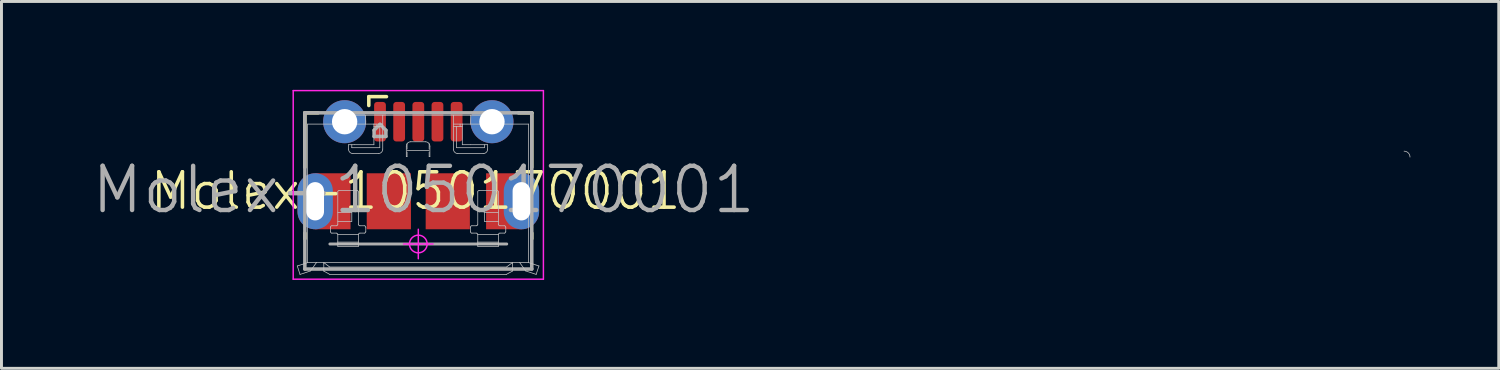
<source format=kicad_pcb>
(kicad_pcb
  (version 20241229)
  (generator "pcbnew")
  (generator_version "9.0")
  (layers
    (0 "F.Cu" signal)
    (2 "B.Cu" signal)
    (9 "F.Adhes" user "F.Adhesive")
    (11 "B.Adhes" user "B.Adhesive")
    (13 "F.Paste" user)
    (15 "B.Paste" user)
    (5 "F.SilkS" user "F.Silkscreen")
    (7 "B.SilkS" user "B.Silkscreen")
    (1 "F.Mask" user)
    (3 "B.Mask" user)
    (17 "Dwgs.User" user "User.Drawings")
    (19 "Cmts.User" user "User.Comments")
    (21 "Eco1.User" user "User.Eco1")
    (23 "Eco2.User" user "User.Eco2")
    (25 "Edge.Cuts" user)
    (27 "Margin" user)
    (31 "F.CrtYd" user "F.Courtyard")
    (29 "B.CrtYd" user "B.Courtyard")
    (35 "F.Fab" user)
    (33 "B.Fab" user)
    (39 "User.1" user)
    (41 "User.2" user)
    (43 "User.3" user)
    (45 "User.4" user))
  (footprint "Molex-1050170001"
    (layer "F.Cu")
    (at 11.145 5.23)
    (property "Reference" "Molex-1050170001" (at -0.09 -1.8 0) (layer "F.SilkS") (effects (font (size 1.2 1.2) (thickness 0.12))))
    (attr smd)
    (fp_line (start -3.85 -4.45) (end -3.4 -4.45) (stroke (width 0.12) (type solid)) (layer "F.SilkS"))
    (fp_line (start -3.85 -2.6) (end -3.85 -4.45) (stroke (width 0.12) (type solid)) (layer "F.SilkS"))
    (fp_line (start -3.85 -0.18) (end -3.85 -0.37) (stroke (width 0.12) (type solid)) (layer "F.SilkS"))
    (fp_line (start -1.68 -5) (end -1.68 -4.7) (stroke (width 0.12) (type solid)) (layer "F.SilkS"))
    (fp_line (start -1.68 -5) (end -1.08 -5) (stroke (width 0.12) (type solid)) (layer "F.SilkS"))
    (fp_line (start 3.85 -4.45) (end 3.4 -4.45) (stroke (width 0.12) (type solid)) (layer "F.SilkS"))
    (fp_line (start 3.85 -2.6) (end 3.85 -4.45) (stroke (width 0.12) (type solid)) (layer "F.SilkS"))
    (fp_line (start 3.85 -0.18) (end 3.85 -0.37) (stroke (width 0.12) (type solid)) (layer "F.SilkS"))
    (fp_line (start -4.107 0.746) (end -4.014 1.031) (stroke (width 0.025) (type solid)) (layer "Dwgs.User"))
    (fp_line (start -4.107 0.746) (end -3.757 0.631) (stroke (width 0.025) (type solid)) (layer "Dwgs.User"))
    (fp_line (start -3.757 -4.069) (end -3.757 0.631) (stroke (width 0.025) (type solid)) (layer "Dwgs.User"))
    (fp_line (start -3.757 -4.069) (end -1.792 -4.069) (stroke (width 0.025) (type solid)) (layer "Dwgs.User"))
    (fp_line (start -3.757 0.631) (end 3.743 0.631) (stroke (width 0.025) (type solid)) (layer "Dwgs.User"))
    (fp_line (start -3.66 0.915) (end -4.014 1.031) (stroke (width 0.025) (type solid)) (layer "Dwgs.User"))
    (fp_line (start -3.66 0.915) (end -3.457 0.631) (stroke (width 0.025) (type solid)) (layer "Dwgs.User"))
    (fp_line (start -3.457 0.631) (end -3.457 0.635) (stroke (width 0.025) (type solid)) (layer "Dwgs.User"))
    (fp_line (start -3.207 0.631) (end -3.207 0.671) (stroke (width 0.025) (type solid)) (layer "Dwgs.User"))
    (fp_line (start -3.207 0.92) (end -3.207 0.671) (stroke (width 0.025) (type solid)) (layer "Dwgs.User"))
    (fp_line (start -3.007 0.782) (end -3.207 0.631) (stroke (width 0.025) (type solid)) (layer "Dwgs.User"))
    (fp_line (start -3.007 0.782) (end 2.993 0.782) (stroke (width 0.025) (type solid)) (layer "Dwgs.User"))
    (fp_line (start -3.007 1.031) (end -3.207 0.92) (stroke (width 0.025) (type solid)) (layer "Dwgs.User"))
    (fp_line (start -3.007 1.031) (end 2.993 1.031) (stroke (width 0.025) (type solid)) (layer "Dwgs.User"))
    (fp_line (start -2.982 -0.569) (end -2.982 -0.419) (stroke (width 0.025) (type solid)) (layer "Dwgs.User"))
    (fp_line (start -2.932 -0.369) (end -2.782 -0.369) (stroke (width 0.025) (type solid)) (layer "Dwgs.User"))
    (fp_line (start -2.807 -4.369) (end -1.792 -4.369) (stroke (width 0.025) (type solid)) (layer "Dwgs.User"))
    (fp_line (start -2.807 -4.069) (end -2.807 -4.369) (stroke (width 0.025) (type solid)) (layer "Dwgs.User"))
    (fp_line (start -2.782 -0.619) (end -2.932 -0.619) (stroke (width 0.025) (type solid)) (layer "Dwgs.User"))
    (fp_line (start -2.732 -1.769) (end -2.732 -0.669) (stroke (width 0.025) (type solid)) (layer "Dwgs.User"))
    (fp_line (start -2.732 -0.319) (end -2.732 -0.065) (stroke (width 0.025) (type solid)) (layer "Dwgs.User"))
    (fp_line (start -2.732 -0.065) (end -2.732 -0.001) (stroke (width 0.025) (type solid)) (layer "Dwgs.User"))
    (fp_line (start -2.732 -0.001) (end -2.732 0.081) (stroke (width 0.025) (type solid)) (layer "Dwgs.User"))
    (fp_line (start -2.73 -0.769) (end -2.257 -0.769) (stroke (width 0.025) (type solid)) (layer "Dwgs.User"))
    (fp_line (start -2.367 -3.369) (end -2.367 -3.219) (stroke (width 0.025) (type solid)) (layer "Dwgs.User"))
    (fp_line (start -2.367 -3.369) (end -2.166 -3.369) (stroke (width 0.025) (type solid)) (layer "Dwgs.User"))
    (fp_line (start -2.257 -3.369) (end -2.257 -3.269) (stroke (width 0.025) (type solid)) (layer "Dwgs.User"))
    (fp_line (start -2.257 -1.069) (end -2.732 -1.069) (stroke (width 0.025) (type solid)) (layer "Dwgs.User"))
    (fp_line (start -2.257 -0.769) (end -2.257 -1.069) (stroke (width 0.025) (type solid)) (layer "Dwgs.User"))
    (fp_line (start -2.217 -3.069) (end -1.357 -3.069) (stroke (width 0.025) (type solid)) (layer "Dwgs.User"))
    (fp_line (start -2.082 -1.819) (end -2.682 -1.819) (stroke (width 0.025) (type solid)) (layer "Dwgs.User"))
    (fp_line (start -2.032 -0.669) (end -2.032 -1.769) (stroke (width 0.025) (type solid)) (layer "Dwgs.User"))
    (fp_line (start -2.032 -0.319) (end -2.732 -0.319) (stroke (width 0.025) (type solid)) (layer "Dwgs.User"))
    (fp_line (start -2.032 -0.319) (end -2.032 -0.065) (stroke (width 0.025) (type solid)) (layer "Dwgs.User"))
    (fp_line (start -2.032 -0.065) (end -2.732 -0.065) (stroke (width 0.025) (type solid)) (layer "Dwgs.User"))
    (fp_line (start -2.032 -0.065) (end -2.032 -0.001) (stroke (width 0.025) (type solid)) (layer "Dwgs.User"))
    (fp_line (start -2.032 -0.001) (end -2.732 -0.001) (stroke (width 0.025) (type solid)) (layer "Dwgs.User"))
    (fp_line (start -2.032 -0.001) (end -2.032 0.081) (stroke (width 0.025) (type solid)) (layer "Dwgs.User"))
    (fp_line (start -2.032 0.081) (end -2.732 0.081) (stroke (width 0.025) (type solid)) (layer "Dwgs.User"))
    (fp_line (start -1.982 -0.369) (end -1.832 -0.369) (stroke (width 0.025) (type solid)) (layer "Dwgs.User"))
    (fp_line (start -1.832 -0.619) (end -1.982 -0.619) (stroke (width 0.025) (type solid)) (layer "Dwgs.User"))
    (fp_line (start -1.792 -4.369) (end -1.207 -4.369) (stroke (width 0.025) (type solid)) (layer "Dwgs.User"))
    (fp_line (start -1.792 -4.069) (end -1.792 -4.369) (stroke (width 0.025) (type solid)) (layer "Dwgs.User"))
    (fp_line (start -1.783 -4.069) (end -1.507 -4.069) (stroke (width 0.025) (type solid)) (layer "Dwgs.User"))
    (fp_line (start -1.782 -0.419) (end -1.782 -0.569) (stroke (width 0.025) (type solid)) (layer "Dwgs.User"))
    (fp_line (start -1.507 -4.069) (end -1.207 -4.069) (stroke (width 0.025) (type solid)) (layer "Dwgs.User"))
    (fp_line (start -1.507 -3.989) (end -1.307 -3.989) (stroke (width 0.025) (type solid)) (layer "Dwgs.User"))
    (fp_line (start -1.507 -3.369) (end -2.166 -3.369) (stroke (width 0.025) (type solid)) (layer "Dwgs.User"))
    (fp_line (start -1.507 -3.369) (end -1.507 -4.069) (stroke (width 0.025) (type solid)) (layer "Dwgs.User"))
    (fp_line (start -1.432 -4.069) (end -1.432 -3.989) (stroke (width 0.025) (type solid)) (layer "Dwgs.User"))
    (fp_line (start -1.307 -3.989) (end -1.307 -3.269) (stroke (width 0.025) (type solid)) (layer "Dwgs.User"))
    (fp_line (start -1.307 -3.269) (end -2.257 -3.269) (stroke (width 0.025) (type solid)) (layer "Dwgs.User"))
    (fp_line (start -1.207 -4.369) (end -1.207 -3.219) (stroke (width 0.025) (type solid)) (layer "Dwgs.User"))
    (fp_line (start -1.207 -4.369) (end 1.193 -4.369) (stroke (width 0.025) (type solid)) (layer "Dwgs.User"))
    (fp_line (start -1.207 -3.989) (end -1.307 -3.989) (stroke (width 0.025) (type solid)) (layer "Dwgs.User"))
    (fp_line (start -0.407 -3.319) (end -0.407 -2.969) (stroke (width 0.025) (type solid)) (layer "Dwgs.User"))
    (fp_line (start -0.407 -2.969) (end -0.382 -2.969) (stroke (width 0.025) (type solid)) (layer "Dwgs.User"))
    (fp_line (start -0.382 -3.402) (end -0.382 -3.219) (stroke (width 0.025) (type solid)) (layer "Dwgs.User"))
    (fp_line (start -0.382 -3.169) (end 0.368 -3.169) (stroke (width 0.025) (type solid)) (layer "Dwgs.User"))
    (fp_line (start -0.382 -3.119) (end -0.382 -2.969) (stroke (width 0.025) (type solid)) (layer "Dwgs.User"))
    (fp_line (start 0.243 -3.469) (end -0.257 -3.469) (stroke (width 0.025) (type solid)) (layer "Dwgs.User"))
    (fp_line (start 0.368 -3.402) (end 0.368 -3.219) (stroke (width 0.025) (type solid)) (layer "Dwgs.User"))
    (fp_line (start 0.368 -3.119) (end 0.368 -2.969) (stroke (width 0.025) (type solid)) (layer "Dwgs.User"))
    (fp_line (start 0.368 -2.969) (end 0.393 -2.969) (stroke (width 0.025) (type solid)) (layer "Dwgs.User"))
    (fp_line (start 0.393 -2.969) (end 0.393 -3.319) (stroke (width 0.025) (type solid)) (layer "Dwgs.User"))
    (fp_line (start 1.193 -4.369) (end 1.778 -4.369) (stroke (width 0.025) (type solid)) (layer "Dwgs.User"))
    (fp_line (start 1.193 -4.069) (end 1.493 -4.069) (stroke (width 0.025) (type solid)) (layer "Dwgs.User"))
    (fp_line (start 1.193 -3.219) (end 1.193 -4.369) (stroke (width 0.025) (type solid)) (layer "Dwgs.User"))
    (fp_line (start 1.293 -3.989) (end 1.193 -3.989) (stroke (width 0.025) (type solid)) (layer "Dwgs.User"))
    (fp_line (start 1.293 -3.989) (end 1.293 -3.269) (stroke (width 0.025) (type solid)) (layer "Dwgs.User"))
    (fp_line (start 1.343 -3.069) (end 2.203 -3.069) (stroke (width 0.025) (type solid)) (layer "Dwgs.User"))
    (fp_line (start 1.418 -4.069) (end 1.418 -3.989) (stroke (width 0.025) (type solid)) (layer "Dwgs.User"))
    (fp_line (start 1.493 -4.069) (end 1.768 -4.069) (stroke (width 0.025) (type solid)) (layer "Dwgs.User"))
    (fp_line (start 1.493 -3.989) (end 1.293 -3.989) (stroke (width 0.025) (type solid)) (layer "Dwgs.User"))
    (fp_line (start 1.493 -3.369) (end 1.493 -4.069) (stroke (width 0.025) (type solid)) (layer "Dwgs.User"))
    (fp_line (start 1.768 -0.569) (end 1.768 -0.419) (stroke (width 0.025) (type solid)) (layer "Dwgs.User"))
    (fp_line (start 1.768 -3.369) (end 1.493 -3.369) (stroke (width 0.025) (type solid)) (layer "Dwgs.User"))
    (fp_line (start 1.77 -3.369) (end 2.353 -3.369) (stroke (width 0.025) (type solid)) (layer "Dwgs.User"))
    (fp_line (start 1.778 -4.369) (end 2.793 -4.369) (stroke (width 0.025) (type solid)) (layer "Dwgs.User"))
    (fp_line (start 1.778 -4.069) (end 1.778 -4.369) (stroke (width 0.025) (type solid)) (layer "Dwgs.User"))
    (fp_line (start 1.778 -4.069) (end 3.743 -4.069) (stroke (width 0.025) (type solid)) (layer "Dwgs.User"))
    (fp_line (start 1.818 -0.369) (end 1.968 -0.369) (stroke (width 0.025) (type solid)) (layer "Dwgs.User"))
    (fp_line (start 1.968 -0.619) (end 1.818 -0.619) (stroke (width 0.025) (type solid)) (layer "Dwgs.User"))
    (fp_line (start 2.018 -1.769) (end 2.018 -0.669) (stroke (width 0.025) (type solid)) (layer "Dwgs.User"))
    (fp_line (start 2.018 -0.319) (end 2.018 -0.065) (stroke (width 0.025) (type solid)) (layer "Dwgs.User"))
    (fp_line (start 2.018 -0.319) (end 2.718 -0.319) (stroke (width 0.025) (type solid)) (layer "Dwgs.User"))
    (fp_line (start 2.018 -0.065) (end 2.018 -0.001) (stroke (width 0.025) (type solid)) (layer "Dwgs.User"))
    (fp_line (start 2.018 -0.065) (end 2.718 -0.065) (stroke (width 0.025) (type solid)) (layer "Dwgs.User"))
    (fp_line (start 2.018 -0.001) (end 2.018 0.081) (stroke (width 0.025) (type solid)) (layer "Dwgs.User"))
    (fp_line (start 2.018 -0.001) (end 2.718 -0.001) (stroke (width 0.025) (type solid)) (layer "Dwgs.User"))
    (fp_line (start 2.018 0.081) (end 2.718 0.081) (stroke (width 0.025) (type solid)) (layer "Dwgs.User"))
    (fp_line (start 2.243 -3.369) (end 2.243 -3.269) (stroke (width 0.025) (type solid)) (layer "Dwgs.User"))
    (fp_line (start 2.243 -3.269) (end 1.293 -3.269) (stroke (width 0.025) (type solid)) (layer "Dwgs.User"))
    (fp_line (start 2.243 -0.769) (end 2.243 -1.069) (stroke (width 0.025) (type solid)) (layer "Dwgs.User"))
    (fp_line (start 2.353 -3.369) (end 2.353 -3.219) (stroke (width 0.025) (type solid)) (layer "Dwgs.User"))
    (fp_line (start 2.668 -1.819) (end 2.068 -1.819) (stroke (width 0.025) (type solid)) (layer "Dwgs.User"))
    (fp_line (start 2.718 -1.069) (end 2.243 -1.069) (stroke (width 0.025) (type solid)) (layer "Dwgs.User"))
    (fp_line (start 2.718 -0.669) (end 2.718 -1.769) (stroke (width 0.025) (type solid)) (layer "Dwgs.User"))
    (fp_line (start 2.718 -0.319) (end 2.718 -0.065) (stroke (width 0.025) (type solid)) (layer "Dwgs.User"))
    (fp_line (start 2.718 -0.065) (end 2.718 -0.001) (stroke (width 0.025) (type solid)) (layer "Dwgs.User"))
    (fp_line (start 2.718 -0.001) (end 2.718 0.081) (stroke (width 0.025) (type solid)) (layer "Dwgs.User"))
    (fp_line (start 2.72 -0.769) (end 2.243 -0.769) (stroke (width 0.025) (type solid)) (layer "Dwgs.User"))
    (fp_line (start 2.768 -0.369) (end 2.918 -0.369) (stroke (width 0.025) (type solid)) (layer "Dwgs.User"))
    (fp_line (start 2.793 -4.069) (end 2.793 -4.369) (stroke (width 0.025) (type solid)) (layer "Dwgs.User"))
    (fp_line (start 2.918 -0.619) (end 2.768 -0.619) (stroke (width 0.025) (type solid)) (layer "Dwgs.User"))
    (fp_line (start 2.968 -0.419) (end 2.968 -0.569) (stroke (width 0.025) (type solid)) (layer "Dwgs.User"))
    (fp_line (start 2.993 0.782) (end 3.193 0.631) (stroke (width 0.025) (type solid)) (layer "Dwgs.User"))
    (fp_line (start 3.193 0.631) (end 3.193 0.671) (stroke (width 0.025) (type solid)) (layer "Dwgs.User"))
    (fp_line (start 3.193 0.671) (end 3.193 0.92) (stroke (width 0.025) (type solid)) (layer "Dwgs.User"))
    (fp_line (start 3.193 0.92) (end 2.99 1.03) (stroke (width 0.025) (type solid)) (layer "Dwgs.User"))
    (fp_line (start 3.443 0.635) (end 3.443 0.631) (stroke (width 0.025) (type solid)) (layer "Dwgs.User"))
    (fp_line (start 3.646 0.915) (end 3.443 0.635) (stroke (width 0.025) (type solid)) (layer "Dwgs.User"))
    (fp_line (start 3.743 -4.069) (end 3.743 0.631) (stroke (width 0.025) (type solid)) (layer "Dwgs.User"))
    (fp_line (start 3.743 0.631) (end 4.093 0.746) (stroke (width 0.025) (type solid)) (layer "Dwgs.User"))
    (fp_line (start 3.999 1.031) (end 3.646 0.915) (stroke (width 0.025) (type solid)) (layer "Dwgs.User"))
    (fp_line (start 3.999 1.031) (end 4.093 0.746) (stroke (width 0.025) (type solid)) (layer "Dwgs.User"))
    (fp_arc (start -2.982271 -0.5689) (mid -2.967626 -0.604255) (end -2.932271 -0.6189) (stroke (width 0.025) (type solid)) (layer "Dwgs.User"))
    (fp_arc (start -2.932271 -0.368899) (mid -2.967626 -0.383544) (end -2.982271 -0.418899) (stroke (width 0.025) (type solid)) (layer "Dwgs.User"))
    (fp_arc (start -2.782271 -0.3689) (mid -2.746916 -0.354255) (end -2.732271 -0.3189) (stroke (width 0.025) (type solid)) (layer "Dwgs.User"))
    (fp_arc (start -2.732271 -1.7689) (mid -2.717626 -1.804255) (end -2.682271 -1.8189) (stroke (width 0.025) (type solid)) (layer "Dwgs.User"))
    (fp_arc (start -2.73227 -0.6689) (mid -2.746915 -0.633544) (end -2.782271 -0.618899) (stroke (width 0.025) (type solid)) (layer "Dwgs.User"))
    (fp_arc (start -2.217271 -3.068899) (mid -2.323338 -3.112833) (end -2.367272 -3.2189) (stroke (width 0.025) (type solid)) (layer "Dwgs.User"))
    (fp_arc (start -2.082271 -1.8189) (mid -2.046916 -1.804255) (end -2.032271 -1.7689) (stroke (width 0.025) (type solid)) (layer "Dwgs.User"))
    (fp_arc (start -2.032271 -0.3189) (mid -2.017626 -0.354255) (end -1.982271 -0.3689) (stroke (width 0.025) (type solid)) (layer "Dwgs.User"))
    (fp_arc (start -1.982271 -0.6189) (mid -2.017626 -0.633545) (end -2.032271 -0.6689) (stroke (width 0.025) (type solid)) (layer "Dwgs.User"))
    (fp_arc (start -1.832271 -0.6189) (mid -1.796916 -0.604255) (end -1.782271 -0.5689) (stroke (width 0.025) (type solid)) (layer "Dwgs.User"))
    (fp_arc (start -1.782271 -0.418899) (mid -1.796916 -0.383544) (end -1.832271 -0.368899) (stroke (width 0.025) (type solid)) (layer "Dwgs.User"))
    (fp_arc (start -1.207271 -3.2189) (mid -1.251205 -3.112834) (end -1.357271 -3.0689) (stroke (width 0.025) (type solid)) (layer "Dwgs.User"))
    (fp_arc (start -0.407271 -3.3189) (mid -0.363337 -3.424966) (end -0.257271 -3.4689) (stroke (width 0.025) (type solid)) (layer "Dwgs.User"))
    (fp_arc (start 0.242729 -3.4689) (mid 0.348795 -3.424966) (end 0.392729 -3.3189) (stroke (width 0.025) (type solid)) (layer "Dwgs.User"))
    (fp_arc (start 1.342729 -3.0689) (mid 1.236663 -3.112834) (end 1.192729 -3.2189) (stroke (width 0.025) (type solid)) (layer "Dwgs.User"))
    (fp_arc (start 1.767729 -0.5689) (mid 1.782374 -0.604255) (end 1.817729 -0.6189) (stroke (width 0.025) (type solid)) (layer "Dwgs.User"))
    (fp_arc (start 1.817729 -0.368899) (mid 1.782374 -0.383544) (end 1.767729 -0.418899) (stroke (width 0.025) (type solid)) (layer "Dwgs.User"))
    (fp_arc (start 1.967729 -0.3689) (mid 2.003084 -0.354255) (end 2.017729 -0.3189) (stroke (width 0.025) (type solid)) (layer "Dwgs.User"))
    (fp_arc (start 2.017729 -1.7689) (mid 2.032374 -1.804255) (end 2.067729 -1.8189) (stroke (width 0.025) (type solid)) (layer "Dwgs.User"))
    (fp_arc (start 2.01773 -0.6689) (mid 2.003085 -0.633544) (end 1.967729 -0.618899) (stroke (width 0.025) (type solid)) (layer "Dwgs.User"))
    (fp_arc (start 2.352729 -3.2189) (mid 2.308795 -3.112834) (end 2.202729 -3.0689) (stroke (width 0.025) (type solid)) (layer "Dwgs.User"))
    (fp_arc (start 2.667729 -1.8189) (mid 2.703084 -1.804255) (end 2.717729 -1.7689) (stroke (width 0.025) (type solid)) (layer "Dwgs.User"))
    (fp_arc (start 2.717729 -0.3189) (mid 2.732374 -0.354255) (end 2.767729 -0.3689) (stroke (width 0.025) (type solid)) (layer "Dwgs.User"))
    (fp_arc (start 2.767729 -0.6189) (mid 2.732374 -0.633545) (end 2.717729 -0.6689) (stroke (width 0.025) (type solid)) (layer "Dwgs.User"))
    (fp_arc (start 2.917729 -0.6189) (mid 2.953084 -0.604255) (end 2.967729 -0.5689) (stroke (width 0.025) (type solid)) (layer "Dwgs.User"))
    (fp_arc (start 2.967729 -0.418899) (mid 2.953084 -0.383544) (end 2.917729 -0.368899) (stroke (width 0.025) (type solid)) (layer "Dwgs.User"))
    (fp_arc (start 33.452173 -3.15) (mid 33.593594 -3.091421) (end 33.652173 -2.95) (stroke (width 0.025) (type solid)) (layer "Dwgs.User"))
    (fp_line (start -4.245 -5.205) (end 4.245 -5.205) (stroke (width 0.05) (type solid)) (layer "F.CrtYd"))
    (fp_line (start -4.245 1.195) (end -4.245 -5.205) (stroke (width 0.05) (type solid)) (layer "F.CrtYd"))
    (fp_line (start -4.245 1.195) (end 4.245 1.195) (stroke (width 0.05) (type solid)) (layer "F.CrtYd"))
    (fp_line (start 0 -0.5) (end 0 0.5) (stroke (width 0.05) (type solid)) (layer "F.CrtYd"))
    (fp_line (start 0.5 0) (end -0.5 0) (stroke (width 0.05) (type solid)) (layer "F.CrtYd"))
    (fp_line (start 4.245 -5.205) (end 4.245 1.195) (stroke (width 0.05) (type solid)) (layer "F.CrtYd"))
    (fp_circle (center 0 0) (end 0.3 0) (stroke (width 0.05) (type solid)) (fill no) (layer "F.CrtYd"))
    (fp_line (start -3.85 -4.45) (end -3.85 0.85) (stroke (width 0.12) (type solid)) (layer "F.Fab"))
    (fp_line (start -3.85 -4.45) (end 3.85 -4.45) (stroke (width 0.12) (type solid)) (layer "F.Fab"))
    (fp_line (start -3.85 0.85) (end 3.85 0.85) (stroke (width 0.12) (type solid)) (layer "F.Fab"))
    (fp_line (start -3 0) (end 3 0) (stroke (width 0.1) (type solid)) (layer "F.Fab"))
    (fp_line (start -1.5 -3.86) (end -1.3 -4.06) (stroke (width 0.12) (type solid)) (layer "F.Fab"))
    (fp_line (start -1.5 -3.65) (end -1.5 -3.86) (stroke (width 0.12) (type solid)) (layer "F.Fab"))
    (fp_line (start -1.3 -4.06) (end -1.1 -3.86) (stroke (width 0.12) (type solid)) (layer "F.Fab"))
    (fp_line (start -1.1 -3.65) (end -1.5 -3.65) (stroke (width 0.12) (type solid)) (layer "F.Fab"))
    (fp_line (start -1.1 -3.65) (end -1.1 -3.86) (stroke (width 0.12) (type solid)) (layer "F.Fab"))
    (fp_line (start 3.85 -4.45) (end 3.85 0.85) (stroke (width 0.12) (type solid)) (layer "F.Fab"))
    (fp_text user "${REFERENCE}" (at 0.18 -1.84 0) (layer "F.Fab") (effects (font (size 1.5 1.5) (thickness 0.15))))
    (pad "1" smd roundrect (at -1.3 -4.15) (size 0.4 1.34) (layers "F.Cu" "F.Mask" "F.Paste") (roundrect_rratio 0.25))
    (pad "2" smd roundrect (at -0.65 -4.15) (size 0.4 1.34) (layers "F.Cu" "F.Mask" "F.Paste") (roundrect_rratio 0.25))
    (pad "3" smd roundrect (at 0 -4.15) (size 0.4 1.34) (layers "F.Cu" "F.Mask" "F.Paste") (roundrect_rratio 0.25))
    (pad "4" smd roundrect (at 0.65 -4.15) (size 0.4 1.34) (layers "F.Cu" "F.Mask" "F.Paste") (roundrect_rratio 0.25))
    (pad "5" smd roundrect (at 1.3 -4.15) (size 0.4 1.34) (layers "F.Cu" "F.Mask" "F.Paste") (roundrect_rratio 0.25))
    (pad "SH" thru_hole oval (at -3.5 -1.45 180) (size 1.2 1.9) (drill oval 0.6 1.3) (layers "*.Cu" "*.Mask"))
    (pad "SH" smd rect (at -2.9 -1.45) (size 1.2 1.9) (layers "F.Cu" "F.Mask"))
    (pad "SH" thru_hole circle (at -2.5 -4.15) (size 1.46 1.46) (drill 0.86) (layers "*.Cu" "*.Mask"))
    (pad "SH" smd rect (at -1 -1.45) (size 1.5 1.9) (layers "F.Cu" "F.Mask" "F.Paste"))
    (pad "SH" smd rect (at 1 -1.45) (size 1.5 1.9) (layers "F.Cu" "F.Mask" "F.Paste"))
    (pad "SH" thru_hole circle (at 2.5 -4.15) (size 1.46 1.46) (drill 0.86) (layers "*.Cu" "*.Mask"))
    (pad "SH" smd rect (at 2.9 -1.45) (size 1.2 1.9) (layers "F.Cu" "F.Mask"))
    (pad "SH" thru_hole oval (at 3.5 -1.45) (size 1.2 1.9) (drill oval 0.6 1.3) (layers "*.Cu" "*.Mask")))
  (gr_rect
    (start -3 -3)
    (end 47.81 9.45)
    (stroke (width 0.1) (type default))
    (fill no)
    (layer "Edge.Cuts")))
</source>
